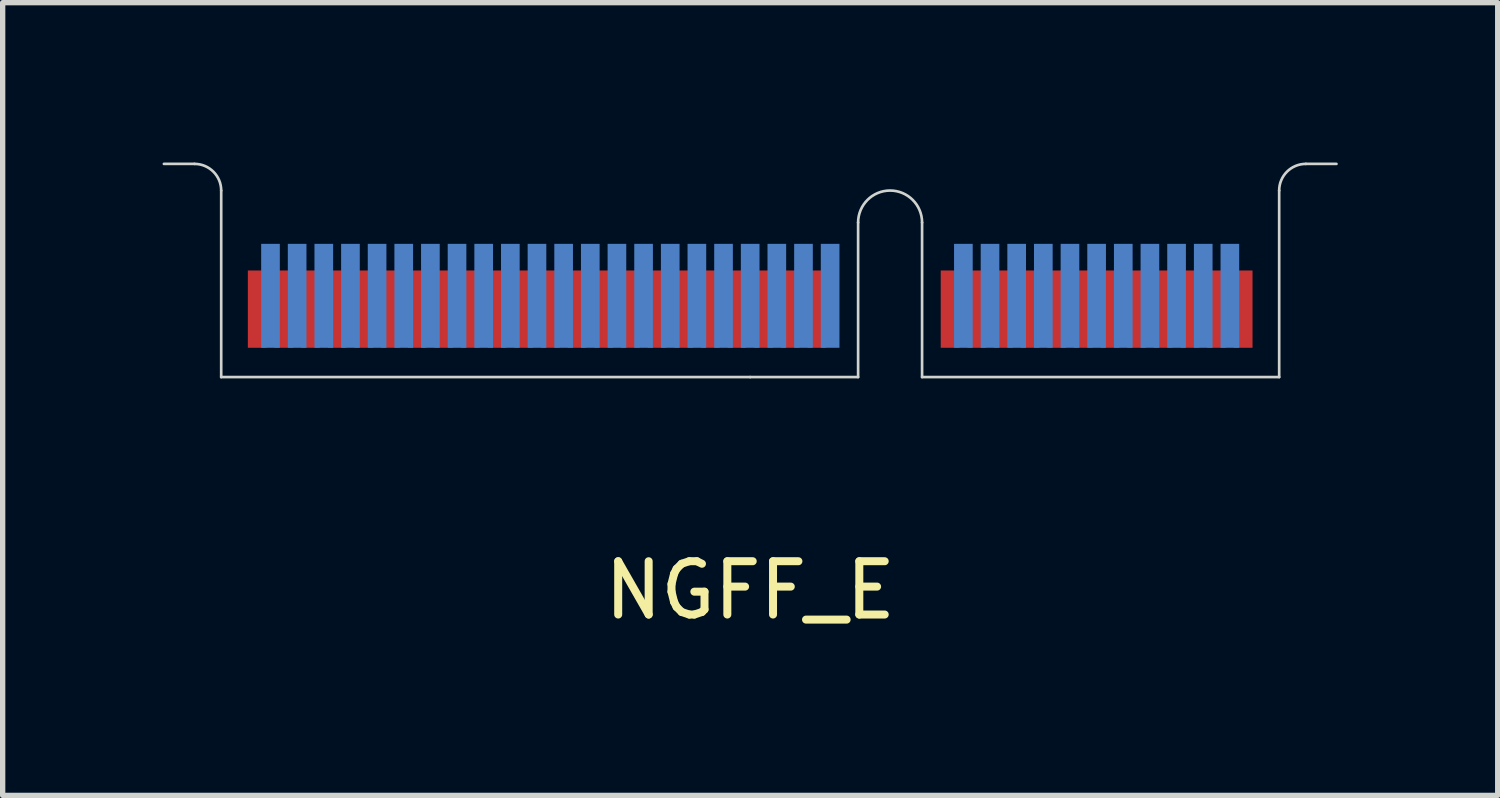
<source format=kicad_pcb>
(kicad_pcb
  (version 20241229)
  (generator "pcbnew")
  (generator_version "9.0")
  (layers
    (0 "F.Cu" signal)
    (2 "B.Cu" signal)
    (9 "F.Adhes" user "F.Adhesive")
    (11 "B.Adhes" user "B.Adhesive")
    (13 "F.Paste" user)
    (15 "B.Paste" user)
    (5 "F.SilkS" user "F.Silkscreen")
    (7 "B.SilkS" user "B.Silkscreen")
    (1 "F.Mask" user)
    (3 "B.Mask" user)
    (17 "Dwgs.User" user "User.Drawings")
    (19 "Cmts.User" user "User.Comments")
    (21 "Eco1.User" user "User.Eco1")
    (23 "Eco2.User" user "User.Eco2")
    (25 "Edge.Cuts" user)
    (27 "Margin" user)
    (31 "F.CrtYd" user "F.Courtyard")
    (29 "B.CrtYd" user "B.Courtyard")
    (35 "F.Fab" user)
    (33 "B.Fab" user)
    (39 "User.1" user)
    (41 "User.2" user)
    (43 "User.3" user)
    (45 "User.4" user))
  (footprint "NGFF_E"
    (layer "F.Cu")
    (at 11.025 4.025)
    (property "Reference" "NGFF_E" (at 0 4 0) (layer "F.SilkS") (effects (font (size 1 1) (thickness 0.15))))
    (attr through_hole)
    (fp_poly (pts (xy -9.925 0) (xy 2.025 0) (xy 2.025 -2) (xy -9.925 -2)) (stroke (width 0.1) (type solid)) (fill yes) (layer "F.Mask"))
    (fp_poly (pts (xy 3.225 0) (xy 9.925 0) (xy 9.925 -2) (xy 3.225 -2)) (stroke (width 0.1) (type solid)) (fill yes) (layer "F.Mask"))
    (fp_poly (pts (xy -9.925 0) (xy 2.025 0) (xy 2.025 -2.5) (xy -9.925 -2.5)) (stroke (width 0.1) (type solid)) (fill yes) (layer "B.Mask"))
    (fp_poly (pts (xy 3.225 0) (xy 9.925 0) (xy 9.925 -2.5) (xy 3.225 -2.5)) (stroke (width 0.1) (type solid)) (fill yes) (layer "B.Mask"))
    (fp_line (start -11 -4) (end -10.425 -4) (stroke (width 0.05) (type solid)) (layer "Edge.Cuts"))
    (fp_line (start -9.925 -3.5) (end -9.925 0) (stroke (width 0.05) (type solid)) (layer "Edge.Cuts"))
    (fp_line (start -9.925 0) (end 0 0) (stroke (width 0.05) (type solid)) (layer "Edge.Cuts"))
    (fp_line (start 0 0) (end 2.025 0) (stroke (width 0.05) (type solid)) (layer "Edge.Cuts"))
    (fp_line (start 2.025 0) (end 2.025 -2.9) (stroke (width 0.05) (type solid)) (layer "Edge.Cuts"))
    (fp_line (start 3.225 -2.9) (end 3.225 0) (stroke (width 0.05) (type solid)) (layer "Edge.Cuts"))
    (fp_line (start 3.225 0) (end 9.925 0) (stroke (width 0.05) (type solid)) (layer "Edge.Cuts"))
    (fp_line (start 9.925 0) (end 9.925 -3.5) (stroke (width 0.05) (type solid)) (layer "Edge.Cuts"))
    (fp_line (start 10.425 -4) (end 11 -4) (stroke (width 0.05) (type solid)) (layer "Edge.Cuts"))
    (fp_arc (start -10.425 -4) (mid -10.071447 -3.853553) (end -9.925 -3.5) (stroke (width 0.05) (type solid)) (layer "Edge.Cuts"))
    (fp_arc (start 2.025 -2.9) (mid 2.625 -3.5) (end 3.225 -2.9) (stroke (width 0.05) (type solid)) (layer "Edge.Cuts"))
    (fp_arc (start 9.925 -3.5) (mid 10.071447 -3.853553) (end 10.425 -4) (stroke (width 0.05) (type solid)) (layer "Edge.Cuts"))
    (pad "1" smd rect (at 9.25 -1.275) (size 0.35 1.45) (layers "F.Cu"))
    (pad "2" smd rect (at 9 -1.525) (size 0.35 1.95) (layers "B.Cu"))
    (pad "3" smd rect (at 8.75 -1.275) (size 0.35 1.45) (layers "F.Cu"))
    (pad "4" smd rect (at 8.5 -1.525) (size 0.35 1.95) (layers "B.Cu"))
    (pad "5" smd rect (at 8.25 -1.275) (size 0.35 1.45) (layers "F.Cu"))
    (pad "6" smd rect (at 8 -1.525) (size 0.35 1.95) (layers "B.Cu"))
    (pad "7" smd rect (at 7.75 -1.275) (size 0.35 1.45) (layers "F.Cu"))
    (pad "8" smd rect (at 7.5 -1.525) (size 0.35 1.95) (layers "B.Cu"))
    (pad "9" smd rect (at 7.25 -1.275) (size 0.35 1.45) (layers "F.Cu"))
    (pad "10" smd rect (at 7 -1.525) (size 0.35 1.95) (layers "B.Cu"))
    (pad "11" smd rect (at 6.75 -1.275) (size 0.35 1.45) (layers "F.Cu"))
    (pad "12" smd rect (at 6.5 -1.525) (size 0.35 1.95) (layers "B.Cu"))
    (pad "13" smd rect (at 6.25 -1.275) (size 0.35 1.45) (layers "F.Cu"))
    (pad "14" smd rect (at 6 -1.525) (size 0.35 1.95) (layers "B.Cu"))
    (pad "15" smd rect (at 5.75 -1.275) (size 0.35 1.45) (layers "F.Cu"))
    (pad "16" smd rect (at 5.5 -1.525) (size 0.35 1.95) (layers "B.Cu"))
    (pad "17" smd rect (at 5.25 -1.275) (size 0.35 1.45) (layers "F.Cu"))
    (pad "18" smd rect (at 5 -1.525) (size 0.35 1.95) (layers "B.Cu"))
    (pad "19" smd rect (at 4.75 -1.275) (size 0.35 1.45) (layers "F.Cu"))
    (pad "20" smd rect (at 4.5 -1.525) (size 0.35 1.95) (layers "B.Cu"))
    (pad "21" smd rect (at 4.25 -1.275) (size 0.35 1.45) (layers "F.Cu"))
    (pad "22" smd rect (at 4 -1.525) (size 0.35 1.95) (layers "B.Cu"))
    (pad "23" smd rect (at 3.75 -1.275) (size 0.35 1.45) (layers "F.Cu"))
    (pad "32" smd rect (at 1.5 -1.525) (size 0.35 1.95) (layers "B.Cu"))
    (pad "33" smd rect (at 1.25 -1.275) (size 0.35 1.45) (layers "F.Cu"))
    (pad "34" smd rect (at 1 -1.525) (size 0.35 1.95) (layers "B.Cu"))
    (pad "35" smd rect (at 0.75 -1.275) (size 0.35 1.45) (layers "F.Cu"))
    (pad "36" smd rect (at 0.5 -1.525) (size 0.35 1.95) (layers "B.Cu"))
    (pad "37" smd rect (at 0.25 -1.275) (size 0.35 1.45) (layers "F.Cu"))
    (pad "38" smd rect (at 0 -1.525) (size 0.35 1.95) (layers "B.Cu"))
    (pad "39" smd rect (at -0.25 -1.275) (size 0.35 1.45) (layers "F.Cu"))
    (pad "40" smd rect (at -0.5 -1.525) (size 0.35 1.95) (layers "B.Cu"))
    (pad "41" smd rect (at -0.75 -1.275) (size 0.35 1.45) (layers "F.Cu"))
    (pad "42" smd rect (at -1 -1.525) (size 0.35 1.95) (layers "B.Cu"))
    (pad "43" smd rect (at -1.25 -1.275) (size 0.35 1.45) (layers "F.Cu"))
    (pad "44" smd rect (at -1.5 -1.525) (size 0.35 1.95) (layers "B.Cu"))
    (pad "45" smd rect (at -1.75 -1.275) (size 0.35 1.45) (layers "F.Cu"))
    (pad "46" smd rect (at -2 -1.525) (size 0.35 1.95) (layers "B.Cu"))
    (pad "47" smd rect (at -2.25 -1.275) (size 0.35 1.45) (layers "F.Cu"))
    (pad "48" smd rect (at -2.5 -1.525) (size 0.35 1.95) (layers "B.Cu"))
    (pad "49" smd rect (at -2.75 -1.275) (size 0.35 1.45) (layers "F.Cu"))
    (pad "50" smd rect (at -3 -1.525) (size 0.35 1.95) (layers "B.Cu"))
    (pad "51" smd rect (at -3.25 -1.275) (size 0.35 1.45) (layers "F.Cu"))
    (pad "52" smd rect (at -3.5 -1.525) (size 0.35 1.95) (layers "B.Cu"))
    (pad "53" smd rect (at -3.75 -1.275) (size 0.35 1.45) (layers "F.Cu"))
    (pad "54" smd rect (at -4 -1.525) (size 0.35 1.95) (layers "B.Cu"))
    (pad "55" smd rect (at -4.25 -1.275) (size 0.35 1.45) (layers "F.Cu"))
    (pad "56" smd rect (at -4.5 -1.525) (size 0.35 1.95) (layers "B.Cu"))
    (pad "57" smd rect (at -4.75 -1.275) (size 0.35 1.45) (layers "F.Cu"))
    (pad "58" smd rect (at -5 -1.525) (size 0.35 1.95) (layers "B.Cu"))
    (pad "59" smd rect (at -5.25 -1.275) (size 0.35 1.45) (layers "F.Cu"))
    (pad "60" smd rect (at -5.5 -1.525) (size 0.35 1.95) (layers "B.Cu"))
    (pad "61" smd rect (at -5.75 -1.275) (size 0.35 1.45) (layers "F.Cu"))
    (pad "62" smd rect (at -6 -1.525) (size 0.35 1.95) (layers "B.Cu"))
    (pad "63" smd rect (at -6.25 -1.275) (size 0.35 1.45) (layers "F.Cu"))
    (pad "64" smd rect (at -6.5 -1.525) (size 0.35 1.95) (layers "B.Cu"))
    (pad "65" smd rect (at -6.75 -1.275) (size 0.35 1.45) (layers "F.Cu"))
    (pad "66" smd rect (at -7 -1.525) (size 0.35 1.95) (layers "B.Cu"))
    (pad "67" smd rect (at -7.25 -1.275) (size 0.35 1.45) (layers "F.Cu"))
    (pad "68" smd rect (at -7.5 -1.525) (size 0.35 1.95) (layers "B.Cu"))
    (pad "69" smd rect (at -7.75 -1.275) (size 0.35 1.45) (layers "F.Cu"))
    (pad "70" smd rect (at -8 -1.525) (size 0.35 1.95) (layers "B.Cu"))
    (pad "71" smd rect (at -8.25 -1.275) (size 0.35 1.45) (layers "F.Cu"))
    (pad "72" smd rect (at -8.5 -1.525) (size 0.35 1.95) (layers "B.Cu"))
    (pad "73" smd rect (at -8.75 -1.275) (size 0.35 1.45) (layers "F.Cu"))
    (pad "74" smd rect (at -9 -1.525) (size 0.35 1.95) (layers "B.Cu"))
    (pad "75" smd rect (at -9.25 -1.275) (size 0.35 1.45) (layers "F.Cu")))
  (gr_rect
    (start -3 -3)
    (end 25.05 11.873)
    (stroke (width 0.1) (type default))
    (fill no)
    (layer "Edge.Cuts")))
</source>
